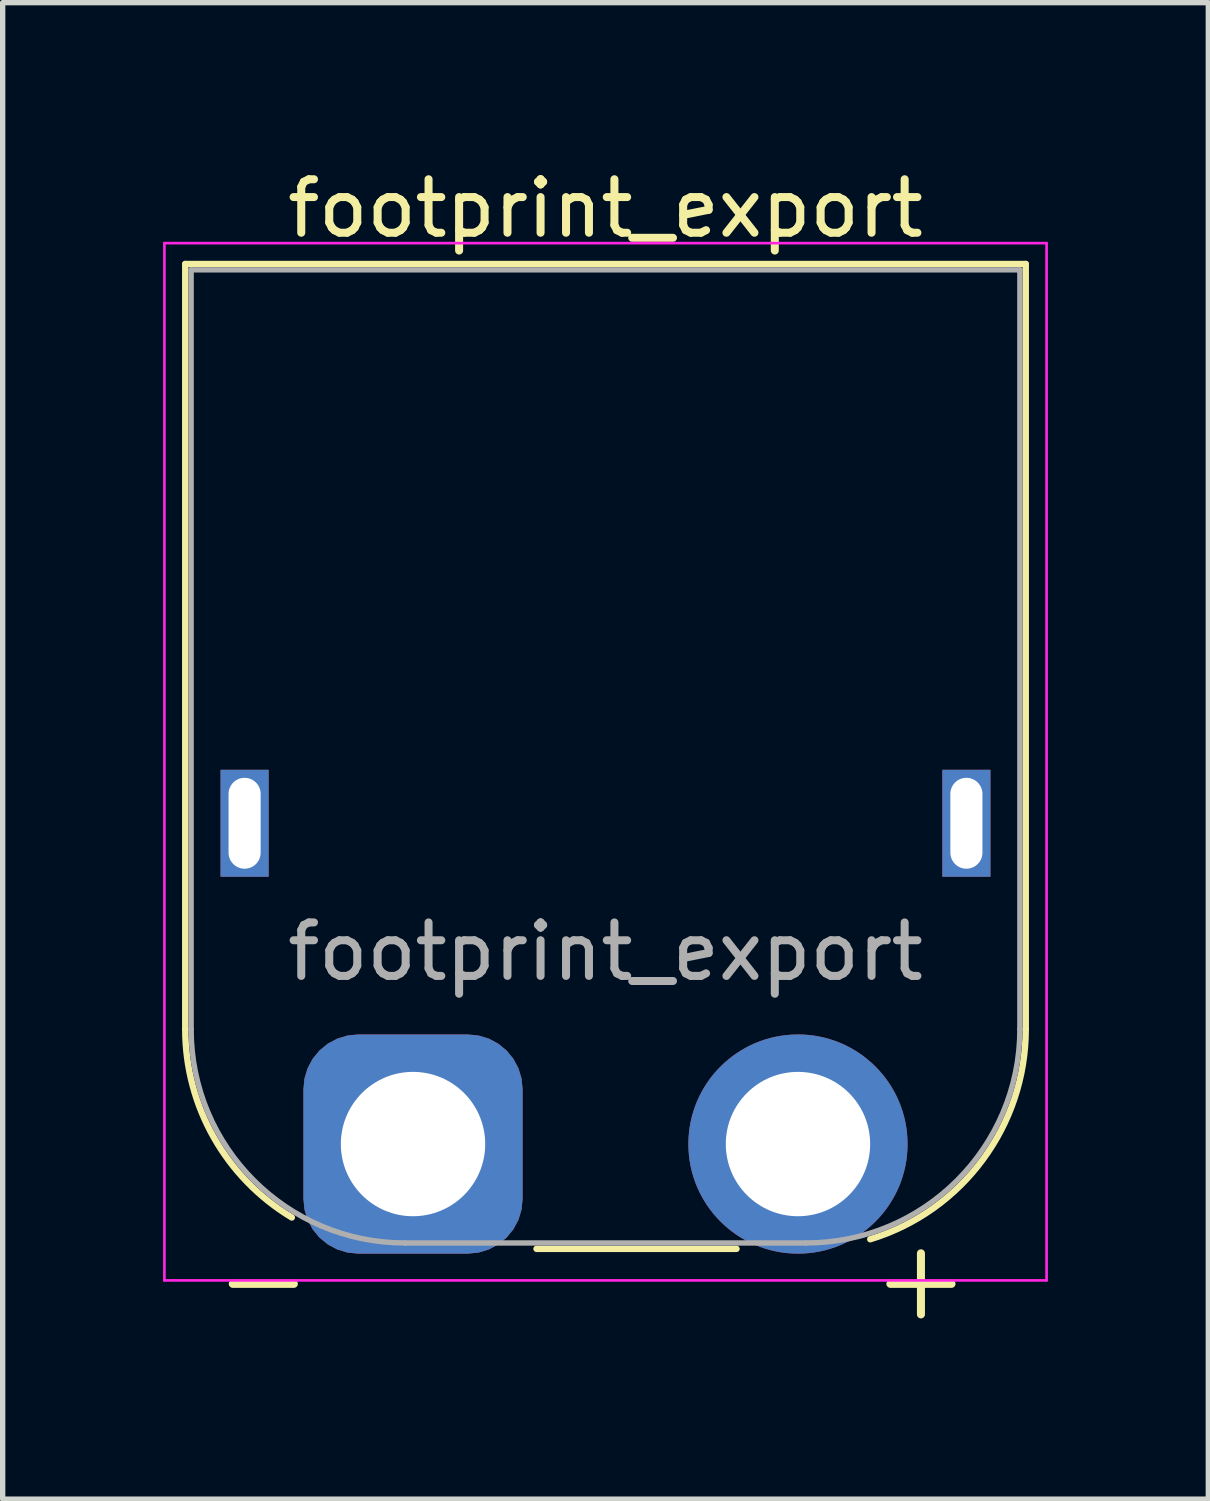
<source format=kicad_pcb>
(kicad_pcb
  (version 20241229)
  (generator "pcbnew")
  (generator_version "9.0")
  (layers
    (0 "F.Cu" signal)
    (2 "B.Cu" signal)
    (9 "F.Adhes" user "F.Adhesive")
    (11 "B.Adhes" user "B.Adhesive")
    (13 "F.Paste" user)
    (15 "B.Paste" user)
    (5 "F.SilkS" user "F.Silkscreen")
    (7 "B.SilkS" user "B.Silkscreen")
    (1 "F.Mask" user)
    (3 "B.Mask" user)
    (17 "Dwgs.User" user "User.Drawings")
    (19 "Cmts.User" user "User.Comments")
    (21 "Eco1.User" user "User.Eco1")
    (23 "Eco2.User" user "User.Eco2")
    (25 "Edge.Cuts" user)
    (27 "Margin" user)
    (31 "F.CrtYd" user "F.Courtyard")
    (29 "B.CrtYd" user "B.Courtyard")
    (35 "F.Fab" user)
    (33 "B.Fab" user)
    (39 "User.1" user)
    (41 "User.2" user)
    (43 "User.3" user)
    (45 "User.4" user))
  (footprint "footprint_export"
    (layer "F.Cu")
    (at 4.675 18.348)
    (property "Reference" "footprint_export" (at 3.6 -17.5 0) (layer "F.SilkS") (effects (font (size 1 1) (thickness 0.15))))
    (attr through_hole)
    (fp_line (start -4.26 -16.46) (end -4.26 -2.15) (stroke (width 0.12) (type solid)) (layer "F.SilkS"))
    (fp_line (start -4.26 -16.46) (end 11.46 -16.46) (stroke (width 0.12) (type solid)) (layer "F.SilkS"))
    (fp_line (start 2.31 1.96) (end 6.05 1.96) (stroke (width 0.12) (type solid)) (layer "F.SilkS"))
    (fp_line (start 11.46 -16.46) (end 11.46 -2.15) (stroke (width 0.12) (type solid)) (layer "F.SilkS"))
    (fp_arc (start -2.266806 1.372958) (mid -3.727162 -0.126139) (end -4.26 -2.15) (stroke (width 0.12) (type solid)) (layer "F.SilkS"))
    (fp_arc (start 11.46 -2.15) (mid 10.653852 0.294722) (end 8.551648 1.780413) (stroke (width 0.12) (type solid)) (layer "F.SilkS"))
    (fp_line (start -4.65 -16.85) (end -4.65 2.55) (stroke (width 0.05) (type solid)) (layer "F.CrtYd"))
    (fp_line (start -4.65 -16.85) (end 11.85 -16.85) (stroke (width 0.05) (type solid)) (layer "F.CrtYd"))
    (fp_line (start 11.85 -16.85) (end 11.85 2.55) (stroke (width 0.05) (type solid)) (layer "F.CrtYd"))
    (fp_line (start 11.85 2.55) (end -4.65 2.55) (stroke (width 0.05) (type solid)) (layer "F.CrtYd"))
    (fp_line (start -4.15 -16.35) (end -4.15 -2.15) (stroke (width 0.1) (type solid)) (layer "F.Fab"))
    (fp_line (start -4.15 -16.35) (end 11.35 -16.35) (stroke (width 0.1) (type solid)) (layer "F.Fab"))
    (fp_line (start -0.15 1.85) (end 7.35 1.85) (stroke (width 0.1) (type solid)) (layer "F.Fab"))
    (fp_line (start 11.35 -16.35) (end 11.35 -2.15) (stroke (width 0.1) (type solid)) (layer "F.Fab"))
    (fp_arc (start -0.15 1.85) (mid -2.978427 0.678427) (end -4.15 -2.15) (stroke (width 0.1) (type solid)) (layer "F.Fab"))
    (fp_arc (start 11.35 -2.15) (mid 10.178427 0.678427) (end 7.35 1.85) (stroke (width 0.1) (type solid)) (layer "F.Fab"))
    (fp_text user "+" (at 9.5 2.5 0) (layer "F.SilkS") (effects (font (size 1.5 1.5) (thickness 0.15))))
    (fp_text user "-" (at -2.8 2.5 0) (layer "F.SilkS") (effects (font (size 1.5 1.5) (thickness 0.15))))
    (fp_text user "${REFERENCE}" (at 3.6 -3.6 0) (layer "F.Fab") (effects (font (size 1 1) (thickness 0.15))))
    (pad "" thru_hole rect (at -3.15 -6) (size 0.9 2) (drill oval 0.6 1.7) (layers "*.Cu" "*.Mask"))
    (pad "" thru_hole rect (at 10.35 -6) (size 0.9 2) (drill oval 0.6 1.7) (layers "*.Cu" "*.Mask"))
    (pad "1" thru_hole roundrect (at 0 0) (size 4.1 4.1) (drill 2.7) (layers "*.Cu" "*.Mask") (roundrect_rratio 0.25))
    (pad "2" thru_hole circle (at 7.2 0) (size 4.1 4.1) (drill 2.7) (layers "*.Cu" "*.Mask")))
  (gr_rect
    (start -3 -3)
    (end 19.55 24.989)
    (stroke (width 0.1) (type default))
    (fill no)
    (layer "Edge.Cuts")))
</source>
